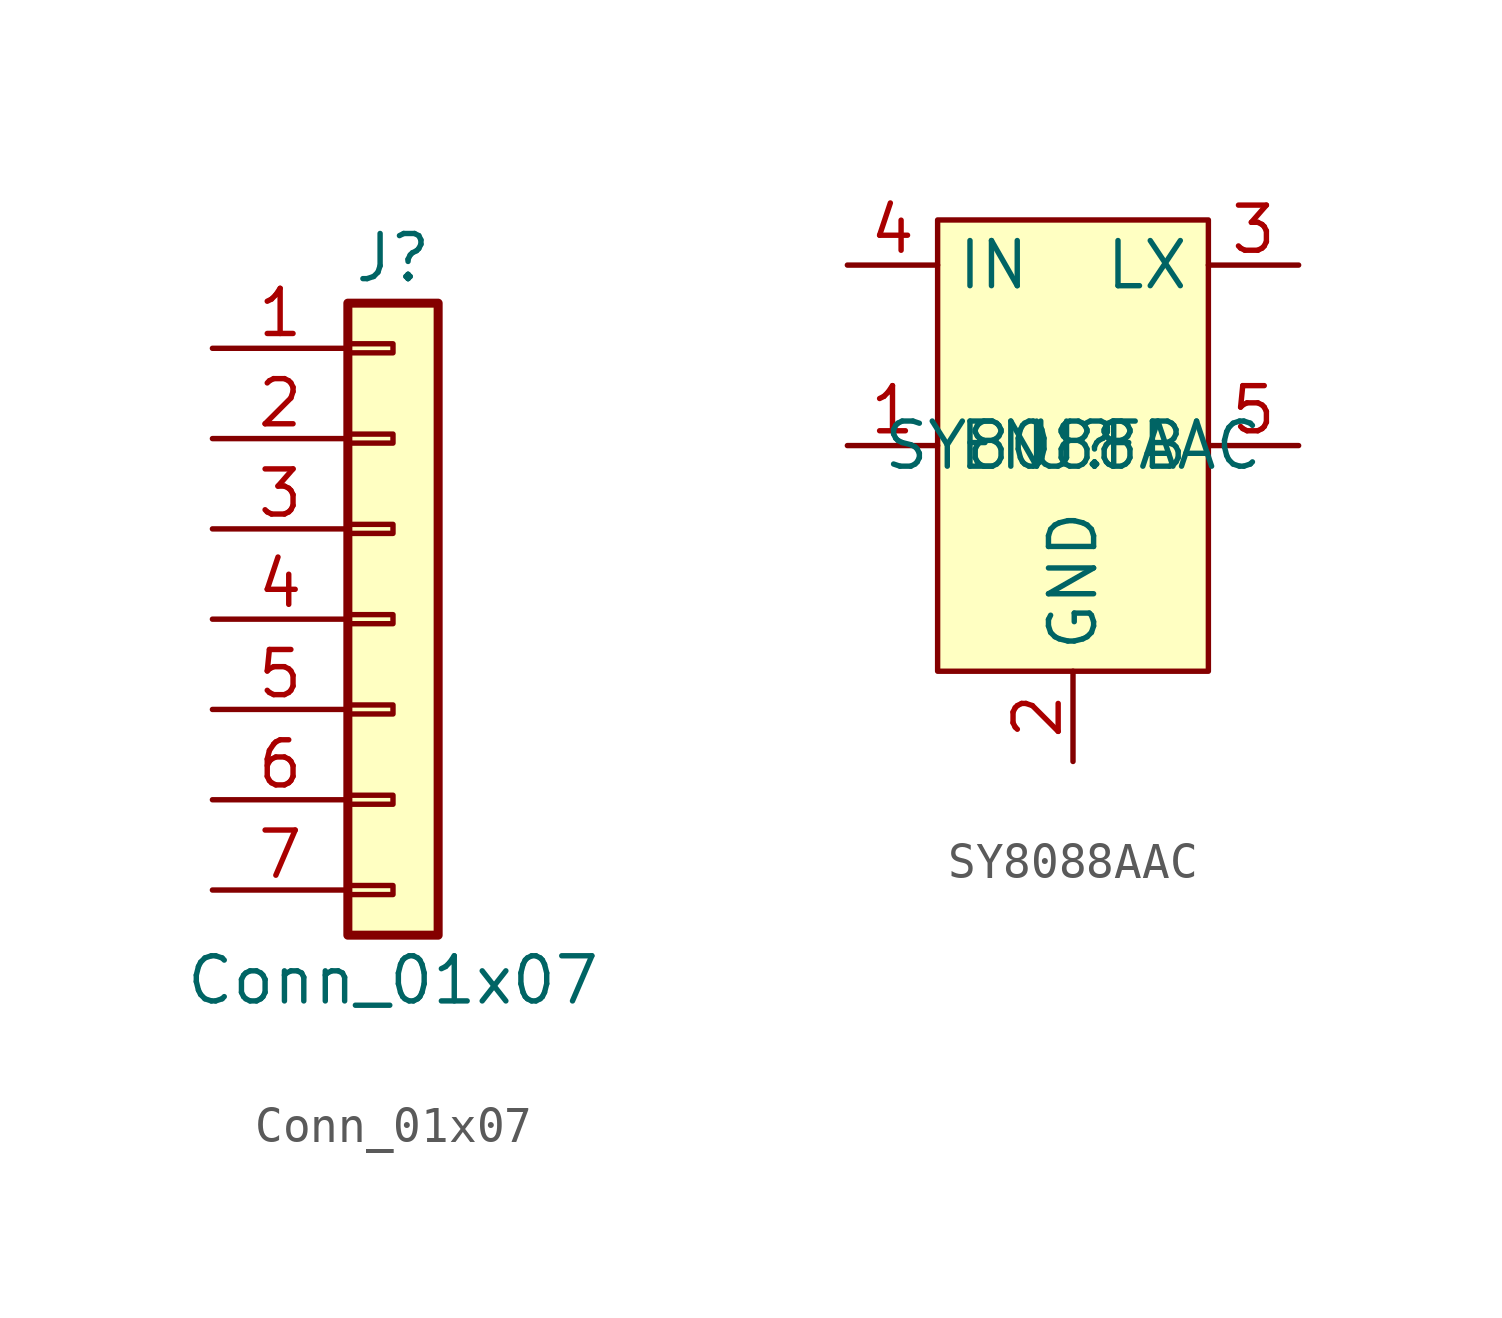
<source format=kicad_sym>
(kicad_symbol_lib
  (version 20241209)
  (generator "kicad_symbol_editor")
  (generator_version "9.0")
  (symbol "Conn_01x07"
    (pin_names
      (offset 1.016)
      (hide yes))
    (property "Reference" "J"
      (at 0 10.16 0)
      (effects (font (size 1.27 1.27))))
    (property "Value" "Conn_01x07"
      (at 0 -10.16 0)
      (effects (font (size 1.27 1.27))))
    (symbol "Conn_01x07_1_1"
      (rectangle (start -1.27 8.89) (end 1.27 -8.89) (stroke (width 0.254) (type default)) (fill (type background)))
      (rectangle (start -1.27 7.747) (end 0 7.493) (stroke (width 0.152) (type default)) (fill (type none)))
      (rectangle (start -1.27 5.207) (end 0 4.953) (stroke (width 0.152) (type default)) (fill (type none)))
      (rectangle (start -1.27 2.667) (end 0 2.413) (stroke (width 0.152) (type default)) (fill (type none)))
      (rectangle (start -1.27 0.127) (end 0 -0.127) (stroke (width 0.152) (type default)) (fill (type none)))
      (rectangle (start -1.27 -2.413) (end 0 -2.667) (stroke (width 0.152) (type default)) (fill (type none)))
      (rectangle (start -1.27 -4.953) (end 0 -5.207) (stroke (width 0.152) (type default)) (fill (type none)))
      (rectangle (start -1.27 -7.493) (end 0 -7.747) (stroke (width 0.152) (type default)) (fill (type none)))
      (pin passive line (at -5.08 7.62 0) (length 3.81) (name "GND" (effects (font (size 1.27 1.27)))) (number "1" (effects (font (size 1.27 1.27)))))
      (pin passive line (at -5.08 5.08 0) (length 3.81) (name "Pin_2" (effects (font (size 1.27 1.27)))) (number "2" (effects (font (size 1.27 1.27)))))
      (pin passive line (at -5.08 2.54 0) (length 3.81) (name "Pin_3" (effects (font (size 1.27 1.27)))) (number "3" (effects (font (size 1.27 1.27)))))
      (pin passive line (at -5.08 0 0) (length 3.81) (name "Pin_4" (effects (font (size 1.27 1.27)))) (number "4" (effects (font (size 1.27 1.27)))))
      (pin passive line (at -5.08 -2.54 0) (length 3.81) (name "Pin_5" (effects (font (size 1.27 1.27)))) (number "5" (effects (font (size 1.27 1.27)))))
      (pin passive line (at -5.08 -5.08 0) (length 3.81) (name "Pin_6" (effects (font (size 1.27 1.27)))) (number "6" (effects (font (size 1.27 1.27)))))
      (pin passive line (at -5.08 -7.62 0) (length 3.81) (name "Pin_7" (effects (font (size 1.27 1.27)))) (number "7" (effects (font (size 1.27 1.27)))))))
  (symbol "SY8088AAC"
    (property "Reference" "U"
      (at 0 0 0)
      (effects (font (size 1.27 1.27))))
    (property "Value" "SY8088AAC"
      (at 0 0 0)
      (effects (font (size 1.27 1.27))))
    (symbol "SY8088AAC_1_1"
      (rectangle (start -3.81 6.35) (end 3.81 -6.35) (stroke (width 0) (type solid)) (fill (type background)))
      (pin input line (at -6.35 5.08 0) (length 2.54) (name "IN" (effects (font (size 1.27 1.27)))) (number "4" (effects (font (size 1.27 1.27)))))
      (pin input line (at -6.35 0 0) (length 2.54) (name "EN" (effects (font (size 1.27 1.27)))) (number "1" (effects (font (size 1.27 1.27)))))
      (pin input line (at 0 -8.89 90) (length 2.54) (name "GND" (effects (font (size 1.27 1.27)))) (number "2" (effects (font (size 1.27 1.27)))))
      (pin input line (at 6.35 5.08 180) (length 2.54) (name "LX" (effects (font (size 1.27 1.27)))) (number "3" (effects (font (size 1.27 1.27)))))
      (pin input line (at 6.35 0 180) (length 2.54) (name "FB" (effects (font (size 1.27 1.27)))) (number "5" (effects (font (size 1.27 1.27))))))))
</source>
